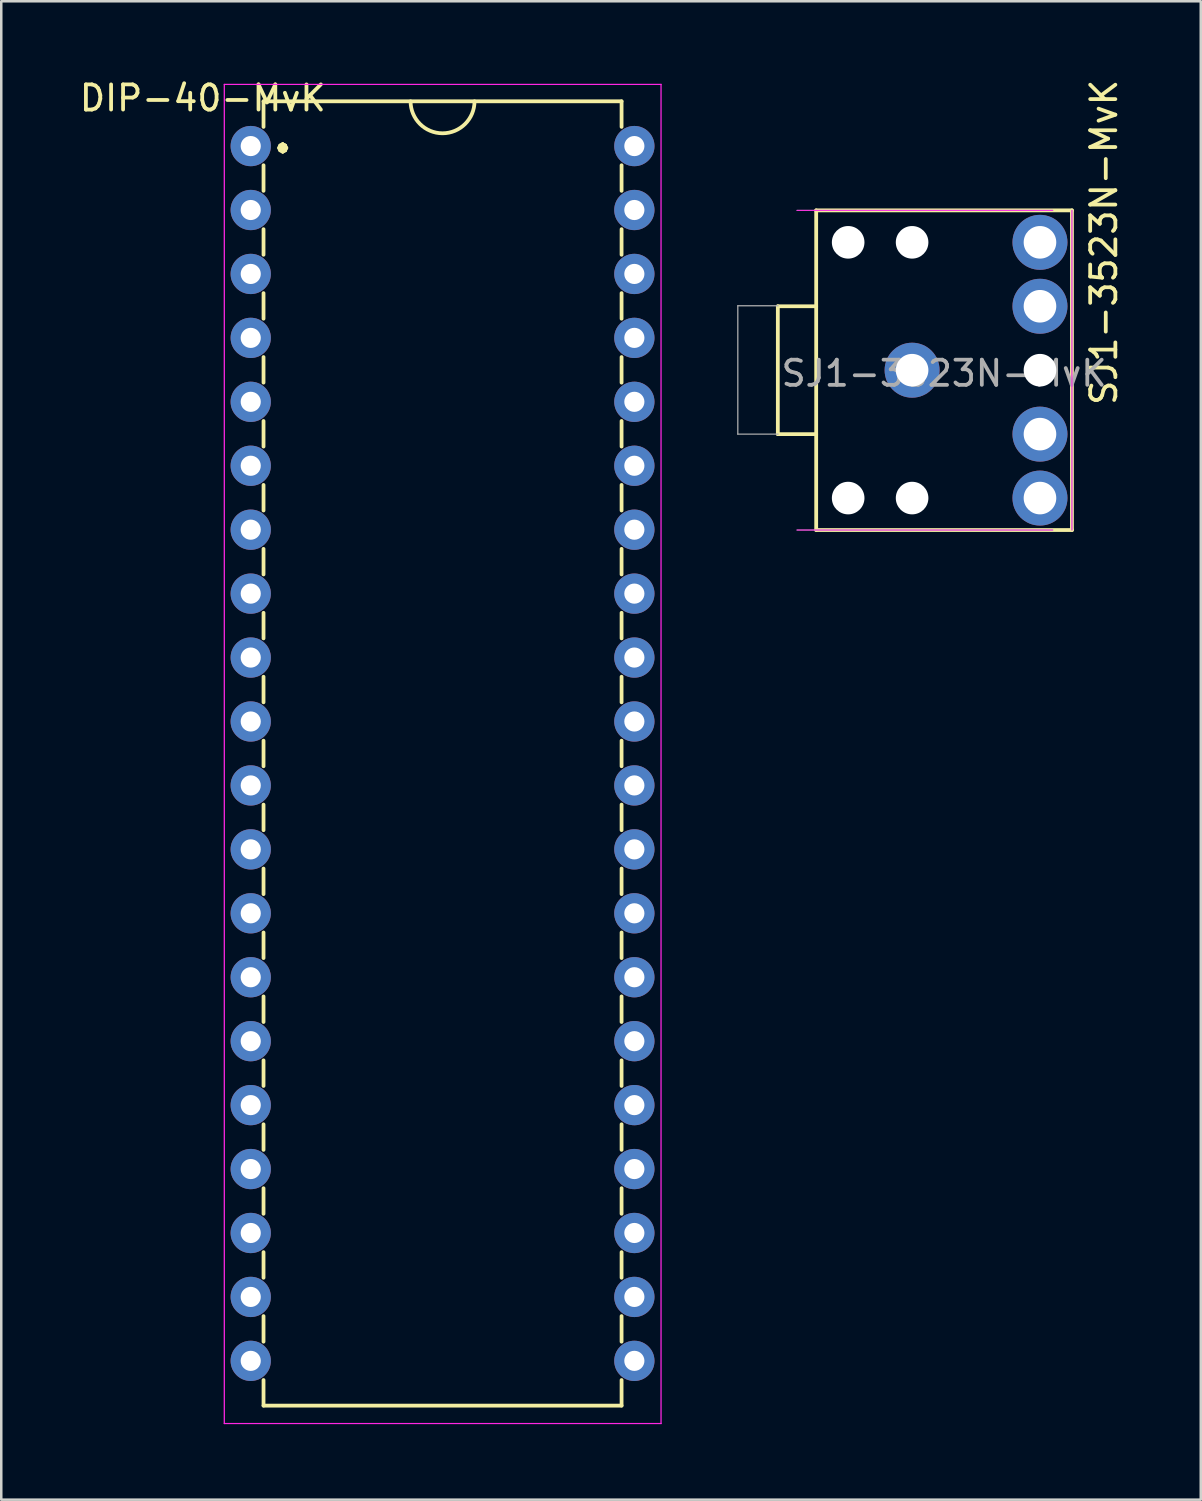
<source format=kicad_pcb>
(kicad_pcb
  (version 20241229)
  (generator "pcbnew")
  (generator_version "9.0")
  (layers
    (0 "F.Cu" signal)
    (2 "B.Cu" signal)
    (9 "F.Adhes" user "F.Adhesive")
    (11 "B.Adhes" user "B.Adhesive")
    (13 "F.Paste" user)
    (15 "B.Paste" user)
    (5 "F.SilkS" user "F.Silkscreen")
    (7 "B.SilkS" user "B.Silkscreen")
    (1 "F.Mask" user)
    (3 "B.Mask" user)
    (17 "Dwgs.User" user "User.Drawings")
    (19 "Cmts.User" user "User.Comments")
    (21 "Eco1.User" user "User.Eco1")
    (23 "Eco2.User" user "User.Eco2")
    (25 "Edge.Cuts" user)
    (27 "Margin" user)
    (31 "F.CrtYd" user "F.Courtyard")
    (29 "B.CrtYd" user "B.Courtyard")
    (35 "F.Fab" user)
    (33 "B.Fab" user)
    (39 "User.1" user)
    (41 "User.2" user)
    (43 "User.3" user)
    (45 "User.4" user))
  (footprint "DIP-40-MvK"
    (layer "F.Cu")
    (at 6.911 2.753)
    (property "Reference" "DIP-40-MvK" (at -1.905 -1.905 0) (layer "F.SilkS") (effects (font (size 1 1) (thickness 0.15))))
    (attr through_hole)
    (fp_line (start 0.508 -1.778) (end 14.732 -1.778) (stroke (width 0.15) (type solid)) (layer "F.SilkS"))
    (fp_line (start 0.508 -0.762) (end 0.508 -1.778) (stroke (width 0.15) (type solid)) (layer "F.SilkS"))
    (fp_line (start 0.508 1.778) (end 0.508 0.762) (stroke (width 0.15) (type solid)) (layer "F.SilkS"))
    (fp_line (start 0.508 4.318) (end 0.508 3.302) (stroke (width 0.15) (type solid)) (layer "F.SilkS"))
    (fp_line (start 0.508 6.858) (end 0.508 5.842) (stroke (width 0.15) (type solid)) (layer "F.SilkS"))
    (fp_line (start 0.508 9.398) (end 0.508 8.382) (stroke (width 0.15) (type solid)) (layer "F.SilkS"))
    (fp_line (start 0.508 11.938) (end 0.508 10.922) (stroke (width 0.15) (type solid)) (layer "F.SilkS"))
    (fp_line (start 0.508 14.478) (end 0.508 13.462) (stroke (width 0.15) (type solid)) (layer "F.SilkS"))
    (fp_line (start 0.508 17.018) (end 0.508 16.002) (stroke (width 0.15) (type solid)) (layer "F.SilkS"))
    (fp_line (start 0.508 19.558) (end 0.508 18.542) (stroke (width 0.15) (type solid)) (layer "F.SilkS"))
    (fp_line (start 0.508 22.098) (end 0.508 21.082) (stroke (width 0.15) (type solid)) (layer "F.SilkS"))
    (fp_line (start 0.508 24.638) (end 0.508 23.622) (stroke (width 0.15) (type solid)) (layer "F.SilkS"))
    (fp_line (start 0.508 27.178) (end 0.508 26.162) (stroke (width 0.15) (type solid)) (layer "F.SilkS"))
    (fp_line (start 0.508 29.718) (end 0.508 28.702) (stroke (width 0.15) (type solid)) (layer "F.SilkS"))
    (fp_line (start 0.508 32.258) (end 0.508 31.242) (stroke (width 0.15) (type solid)) (layer "F.SilkS"))
    (fp_line (start 0.508 34.798) (end 0.508 33.782) (stroke (width 0.15) (type solid)) (layer "F.SilkS"))
    (fp_line (start 0.508 37.338) (end 0.508 36.322) (stroke (width 0.15) (type solid)) (layer "F.SilkS"))
    (fp_line (start 0.508 39.878) (end 0.508 38.862) (stroke (width 0.15) (type solid)) (layer "F.SilkS"))
    (fp_line (start 0.508 42.418) (end 0.508 41.402) (stroke (width 0.15) (type solid)) (layer "F.SilkS"))
    (fp_line (start 0.508 44.958) (end 0.508 43.942) (stroke (width 0.15) (type solid)) (layer "F.SilkS"))
    (fp_line (start 0.508 47.498) (end 0.508 46.482) (stroke (width 0.15) (type solid)) (layer "F.SilkS"))
    (fp_line (start 0.508 49.022) (end 0.508 50.038) (stroke (width 0.15) (type solid)) (layer "F.SilkS"))
    (fp_line (start 0.508 50.038) (end 14.732 50.038) (stroke (width 0.15) (type solid)) (layer "F.SilkS"))
    (fp_line (start 14.732 -0.762) (end 14.732 -1.778) (stroke (width 0.15) (type solid)) (layer "F.SilkS"))
    (fp_line (start 14.732 0.762) (end 14.732 1.778) (stroke (width 0.15) (type solid)) (layer "F.SilkS"))
    (fp_line (start 14.732 3.302) (end 14.732 4.318) (stroke (width 0.15) (type solid)) (layer "F.SilkS"))
    (fp_line (start 14.732 5.842) (end 14.732 6.858) (stroke (width 0.15) (type solid)) (layer "F.SilkS"))
    (fp_line (start 14.732 8.382) (end 14.732 9.398) (stroke (width 0.15) (type solid)) (layer "F.SilkS"))
    (fp_line (start 14.732 10.922) (end 14.732 11.938) (stroke (width 0.15) (type solid)) (layer "F.SilkS"))
    (fp_line (start 14.732 13.462) (end 14.732 14.478) (stroke (width 0.15) (type solid)) (layer "F.SilkS"))
    (fp_line (start 14.732 16.002) (end 14.732 17.018) (stroke (width 0.15) (type solid)) (layer "F.SilkS"))
    (fp_line (start 14.732 18.542) (end 14.732 19.558) (stroke (width 0.15) (type solid)) (layer "F.SilkS"))
    (fp_line (start 14.732 21.082) (end 14.732 22.098) (stroke (width 0.15) (type solid)) (layer "F.SilkS"))
    (fp_line (start 14.732 23.622) (end 14.732 24.638) (stroke (width 0.15) (type solid)) (layer "F.SilkS"))
    (fp_line (start 14.732 26.162) (end 14.732 27.178) (stroke (width 0.15) (type solid)) (layer "F.SilkS"))
    (fp_line (start 14.732 28.702) (end 14.732 29.718) (stroke (width 0.15) (type solid)) (layer "F.SilkS"))
    (fp_line (start 14.732 31.242) (end 14.732 32.258) (stroke (width 0.15) (type solid)) (layer "F.SilkS"))
    (fp_line (start 14.732 33.782) (end 14.732 34.798) (stroke (width 0.15) (type solid)) (layer "F.SilkS"))
    (fp_line (start 14.732 36.322) (end 14.732 37.338) (stroke (width 0.15) (type solid)) (layer "F.SilkS"))
    (fp_line (start 14.732 38.862) (end 14.732 39.878) (stroke (width 0.15) (type solid)) (layer "F.SilkS"))
    (fp_line (start 14.732 41.402) (end 14.732 42.418) (stroke (width 0.15) (type solid)) (layer "F.SilkS"))
    (fp_line (start 14.732 43.942) (end 14.732 44.958) (stroke (width 0.15) (type solid)) (layer "F.SilkS"))
    (fp_line (start 14.732 46.482) (end 14.732 47.498) (stroke (width 0.15) (type solid)) (layer "F.SilkS"))
    (fp_line (start 14.732 50.038) (end 14.732 49.022) (stroke (width 0.15) (type solid)) (layer "F.SilkS"))
    (fp_arc (start 8.89 -1.778) (mid 7.62 -0.508) (end 6.35 -1.778) (stroke (width 0.15) (type solid)) (layer "F.SilkS"))
    (fp_line (start -1.05 -2.45) (end -1.05 50.75) (stroke (width 0.05) (type solid)) (layer "F.CrtYd"))
    (fp_line (start -1.05 -2.45) (end 16.3 -2.45) (stroke (width 0.05) (type solid)) (layer "F.CrtYd"))
    (fp_line (start -1.05 50.75) (end 16.3 50.75) (stroke (width 0.05) (type solid)) (layer "F.CrtYd"))
    (fp_line (start 16.3 -2.45) (end 16.3 50.75) (stroke (width 0.05) (type solid)) (layer "F.CrtYd"))
    (fp_text user "•" (at 1.27 0 0) (layer "F.SilkS") (effects (font (size 1 1) (thickness 0.15))))
    (pad "1" thru_hole oval (at 0 0) (size 1.6 1.6) (drill 0.8) (layers "*.Cu" "*.Mask"))
    (pad "2" thru_hole oval (at 0 2.54) (size 1.6 1.6) (drill 0.8) (layers "*.Cu" "*.Mask"))
    (pad "3" thru_hole oval (at 0 5.08) (size 1.6 1.6) (drill 0.8) (layers "*.Cu" "*.Mask"))
    (pad "4" thru_hole oval (at 0 7.62) (size 1.6 1.6) (drill 0.8) (layers "*.Cu" "*.Mask"))
    (pad "5" thru_hole oval (at 0 10.16) (size 1.6 1.6) (drill 0.8) (layers "*.Cu" "*.Mask"))
    (pad "6" thru_hole oval (at 0 12.7) (size 1.6 1.6) (drill 0.8) (layers "*.Cu" "*.Mask"))
    (pad "7" thru_hole oval (at 0 15.24) (size 1.6 1.6) (drill 0.8) (layers "*.Cu" "*.Mask"))
    (pad "8" thru_hole oval (at 0 17.78) (size 1.6 1.6) (drill 0.8) (layers "*.Cu" "*.Mask"))
    (pad "9" thru_hole oval (at 0 20.32) (size 1.6 1.6) (drill 0.8) (layers "*.Cu" "*.Mask"))
    (pad "10" thru_hole oval (at 0 22.86) (size 1.6 1.6) (drill 0.8) (layers "*.Cu" "*.Mask"))
    (pad "11" thru_hole oval (at 0 25.4) (size 1.6 1.6) (drill 0.8) (layers "*.Cu" "*.Mask"))
    (pad "12" thru_hole oval (at 0 27.94) (size 1.6 1.6) (drill 0.8) (layers "*.Cu" "*.Mask"))
    (pad "13" thru_hole oval (at 0 30.48) (size 1.6 1.6) (drill 0.8) (layers "*.Cu" "*.Mask"))
    (pad "14" thru_hole oval (at 0 33.02) (size 1.6 1.6) (drill 0.8) (layers "*.Cu" "*.Mask"))
    (pad "15" thru_hole oval (at 0 35.56) (size 1.6 1.6) (drill 0.8) (layers "*.Cu" "*.Mask"))
    (pad "16" thru_hole oval (at 0 38.1) (size 1.6 1.6) (drill 0.8) (layers "*.Cu" "*.Mask"))
    (pad "17" thru_hole oval (at 0 40.64) (size 1.6 1.6) (drill 0.8) (layers "*.Cu" "*.Mask"))
    (pad "18" thru_hole oval (at 0 43.18) (size 1.6 1.6) (drill 0.8) (layers "*.Cu" "*.Mask"))
    (pad "19" thru_hole oval (at 0 45.72) (size 1.6 1.6) (drill 0.8) (layers "*.Cu" "*.Mask"))
    (pad "20" thru_hole oval (at 0 48.26) (size 1.6 1.6) (drill 0.8) (layers "*.Cu" "*.Mask"))
    (pad "21" thru_hole oval (at 15.24 48.26) (size 1.6 1.6) (drill 0.8) (layers "*.Cu" "*.Mask"))
    (pad "22" thru_hole oval (at 15.24 45.72) (size 1.6 1.6) (drill 0.8) (layers "*.Cu" "*.Mask"))
    (pad "23" thru_hole oval (at 15.24 43.18) (size 1.6 1.6) (drill 0.8) (layers "*.Cu" "*.Mask"))
    (pad "24" thru_hole oval (at 15.24 40.64) (size 1.6 1.6) (drill 0.8) (layers "*.Cu" "*.Mask"))
    (pad "25" thru_hole oval (at 15.24 38.1) (size 1.6 1.6) (drill 0.8) (layers "*.Cu" "*.Mask"))
    (pad "26" thru_hole oval (at 15.24 35.56) (size 1.6 1.6) (drill 0.8) (layers "*.Cu" "*.Mask"))
    (pad "27" thru_hole oval (at 15.24 33.02) (size 1.6 1.6) (drill 0.8) (layers "*.Cu" "*.Mask"))
    (pad "28" thru_hole oval (at 15.24 30.48) (size 1.6 1.6) (drill 0.8) (layers "*.Cu" "*.Mask"))
    (pad "29" thru_hole oval (at 15.24 27.94) (size 1.6 1.6) (drill 0.8) (layers "*.Cu" "*.Mask"))
    (pad "30" thru_hole oval (at 15.24 25.4) (size 1.6 1.6) (drill 0.8) (layers "*.Cu" "*.Mask"))
    (pad "31" thru_hole oval (at 15.24 22.86) (size 1.6 1.6) (drill 0.8) (layers "*.Cu" "*.Mask"))
    (pad "32" thru_hole oval (at 15.24 20.32) (size 1.6 1.6) (drill 0.8) (layers "*.Cu" "*.Mask"))
    (pad "33" thru_hole oval (at 15.24 17.78) (size 1.6 1.6) (drill 0.8) (layers "*.Cu" "*.Mask"))
    (pad "34" thru_hole oval (at 15.24 15.24) (size 1.6 1.6) (drill 0.8) (layers "*.Cu" "*.Mask"))
    (pad "35" thru_hole oval (at 15.24 12.7) (size 1.6 1.6) (drill 0.8) (layers "*.Cu" "*.Mask"))
    (pad "36" thru_hole oval (at 15.24 10.16) (size 1.6 1.6) (drill 0.8) (layers "*.Cu" "*.Mask"))
    (pad "37" thru_hole oval (at 15.24 7.62) (size 1.6 1.6) (drill 0.8) (layers "*.Cu" "*.Mask"))
    (pad "38" thru_hole oval (at 15.24 5.08) (size 1.6 1.6) (drill 0.8) (layers "*.Cu" "*.Mask"))
    (pad "39" thru_hole oval (at 15.24 2.54) (size 1.6 1.6) (drill 0.8) (layers "*.Cu" "*.Mask"))
    (pad "40" thru_hole oval (at 15.24 0) (size 1.6 1.6) (drill 0.8) (layers "*.Cu" "*.Mask")))
  (footprint "SJ1-3523N-MvK"
    (layer "F.Cu")
    (at 33.185 14.197)
    (property "Reference" "SJ1-3523N-MvK" (at 1.27 -2.413 0) (layer "F.Fab") (effects (font (size 1 1) (thickness 0.15))))
    (attr through_hole)
    (fp_line (start -5.334 -5.08) (end -3.81 -5.08) (stroke (width 0.15) (type solid)) (layer "F.SilkS"))
    (fp_line (start -5.334 0) (end -5.334 -5.08) (stroke (width 0.15) (type solid)) (layer "F.SilkS"))
    (fp_line (start -3.81 -8.89) (end -3.81 3.81) (stroke (width 0.15) (type solid)) (layer "F.SilkS"))
    (fp_line (start -3.81 0) (end -5.334 0) (stroke (width 0.15) (type solid)) (layer "F.SilkS"))
    (fp_line (start -3.81 3.81) (end 6.35 3.81) (stroke (width 0.152) (type solid)) (layer "F.SilkS"))
    (fp_line (start 6.35 -8.89) (end -3.81 -8.89) (stroke (width 0.152) (type solid)) (layer "F.SilkS"))
    (fp_line (start 6.35 3.81) (end 6.35 -8.89) (stroke (width 0.152) (type solid)) (layer "F.SilkS"))
    (fp_line (start -4.572 3.81) (end 5.588 3.81) (stroke (width 0.041) (type solid)) (layer "F.CrtYd"))
    (fp_line (start 5.588 -8.89) (end -4.572 -8.89) (stroke (width 0.041) (type solid)) (layer "F.CrtYd"))
    (fp_line (start 6.35 3.81) (end 6.35 -8.89) (stroke (width 0.041) (type solid)) (layer "F.CrtYd"))
    (fp_line (start -6.924 -5.1) (end -6.924 0) (stroke (width 0.05) (type solid)) (layer "F.Fab"))
    (fp_line (start -6.924 0) (end -5.324 0) (stroke (width 0.05) (type solid)) (layer "F.Fab"))
    (fp_line (start -5.324 -5.1) (end -6.924 -5.1) (stroke (width 0.05) (type solid)) (layer "F.Fab"))
    (fp_line (start -4.572 3.81) (end 5.588 3.81) (stroke (width 0.041) (type solid)) (layer "F.Fab"))
    (fp_line (start 5.588 -8.89) (end -4.572 -8.89) (stroke (width 0.041) (type solid)) (layer "F.Fab"))
    (fp_line (start 6.35 -8.89) (end 6.35 3.81) (stroke (width 0.041) (type solid)) (layer "F.Fab"))
    (fp_circle (center 5.1 2.6) (end 5.3 2.8) (stroke (width 0.254) (type solid)) (fill no) (layer "F.Fab"))
    (fp_text user "${REFERENCE}" (at 7.62 -7.62 90) (layer "F.SilkS") (effects (font (size 1 1) (thickness 0.15))))
    (pad "" np_thru_hole circle (at -2.54 -7.62) (size 1.295 1.295) (drill 1.295) (layers "*.Cu"))
    (pad "" np_thru_hole circle (at -2.54 2.54) (size 1.295 1.295) (drill 1.295) (layers "*.Cu"))
    (pad "" np_thru_hole circle (at 0 -7.62) (size 1.295 1.295) (drill 1.295) (layers "*.Cu"))
    (pad "" np_thru_hole circle (at 0 2.54) (size 1.295 1.295) (drill 1.295) (layers "*.Cu"))
    (pad "" np_thru_hole circle (at 5.08 -2.54) (size 1.295 1.295) (drill 1.295) (layers "*.Cu"))
    (pad "1" thru_hole circle (at 5.08 2.54) (size 2.184 2.184) (drill 1.295) (layers "*.Cu" "*.Mask"))
    (pad "2" thru_hole circle (at 5.08 0) (size 2.184 2.184) (drill 1.295) (layers "*.Cu" "*.Mask"))
    (pad "3" thru_hole circle (at 5.08 -5.08) (size 2.184 2.184) (drill 1.295) (layers "*.Cu" "*.Mask"))
    (pad "4" thru_hole circle (at 5.08 -7.62) (size 2.184 2.184) (drill 1.295) (layers "*.Cu" "*.Mask"))
    (pad "5" thru_hole circle (at 0 -2.54) (size 2.184 2.184) (drill 1.295) (layers "*.Cu" "*.Mask")))
  (gr_rect
    (start -3 -3)
    (end 44.653 56.528)
    (stroke (width 0.1) (type default))
    (fill no)
    (layer "Edge.Cuts")))
</source>
